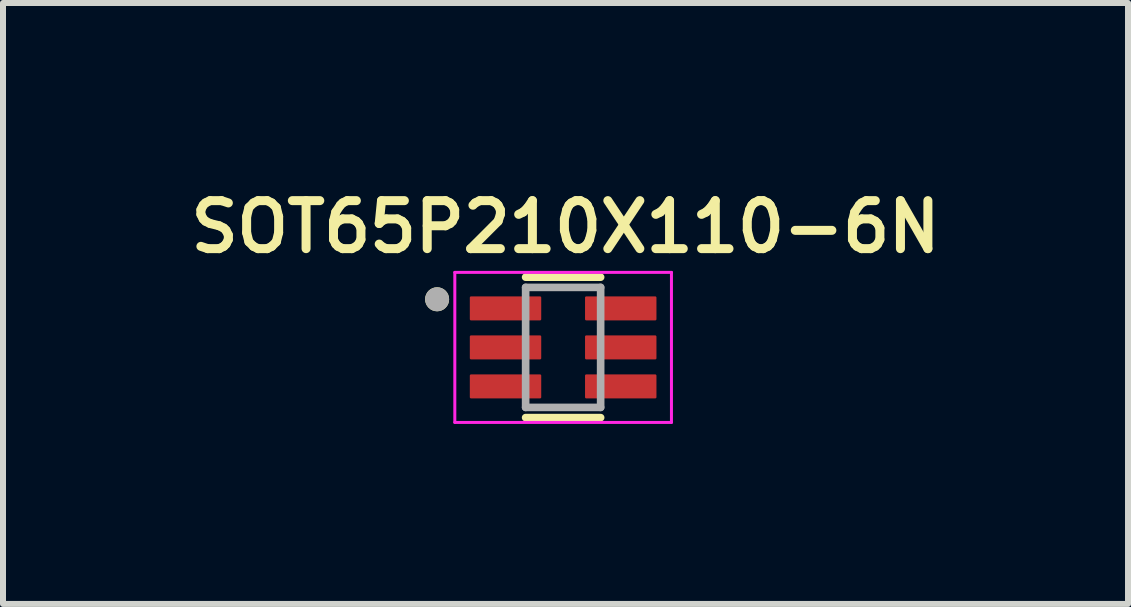
<source format=kicad_pcb>
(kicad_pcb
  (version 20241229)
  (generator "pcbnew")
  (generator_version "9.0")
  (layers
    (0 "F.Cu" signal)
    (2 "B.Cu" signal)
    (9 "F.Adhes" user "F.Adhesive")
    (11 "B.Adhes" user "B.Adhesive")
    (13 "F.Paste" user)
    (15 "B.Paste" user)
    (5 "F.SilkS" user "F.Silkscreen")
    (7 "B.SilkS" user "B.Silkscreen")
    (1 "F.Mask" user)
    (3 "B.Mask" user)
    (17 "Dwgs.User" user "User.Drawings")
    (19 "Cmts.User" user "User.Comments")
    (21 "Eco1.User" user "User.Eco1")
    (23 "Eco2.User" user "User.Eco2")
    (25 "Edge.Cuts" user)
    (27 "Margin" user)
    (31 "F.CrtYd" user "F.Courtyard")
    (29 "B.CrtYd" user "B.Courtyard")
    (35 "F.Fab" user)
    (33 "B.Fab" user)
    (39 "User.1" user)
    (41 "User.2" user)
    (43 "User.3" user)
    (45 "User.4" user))
  (footprint "SOT65P210X110-6N"
    (layer "F.Cu")
    (at 6.334 2.739)
    (property "Reference" "SOT65P210X110-6N" (at 0.04 -2.008 0) (layer "F.SilkS") (effects (font (size 0.8 0.8) (thickness 0.15))))
    (attr smd)
    (fp_line (start -0.625 -1.17) (end 0.625 -1.17) (stroke (width 0.127) (type solid)) (layer "F.SilkS"))
    (fp_line (start -0.625 1.17) (end 0.625 1.17) (stroke (width 0.127) (type solid)) (layer "F.SilkS"))
    (fp_circle (center -2.1 -0.802) (end -2 -0.802) (stroke (width 0.2) (type solid)) (fill no) (layer "F.SilkS"))
    (fp_line (start -1.805 -1.25) (end -1.805 1.25) (stroke (width 0.05) (type solid)) (layer "F.CrtYd"))
    (fp_line (start -1.805 1.25) (end 1.805 1.25) (stroke (width 0.05) (type solid)) (layer "F.CrtYd"))
    (fp_line (start 1.805 -1.25) (end -1.805 -1.25) (stroke (width 0.05) (type solid)) (layer "F.CrtYd"))
    (fp_line (start 1.805 1.25) (end 1.805 -1.25) (stroke (width 0.05) (type solid)) (layer "F.CrtYd"))
    (fp_line (start -0.625 -1) (end -0.625 1) (stroke (width 0.127) (type solid)) (layer "F.Fab"))
    (fp_line (start -0.625 1) (end 0.625 1) (stroke (width 0.127) (type solid)) (layer "F.Fab"))
    (fp_line (start 0.625 -1) (end -0.625 -1) (stroke (width 0.127) (type solid)) (layer "F.Fab"))
    (fp_line (start 0.625 1) (end 0.625 -1) (stroke (width 0.127) (type solid)) (layer "F.Fab"))
    (fp_circle (center -2.1 -0.802) (end -2 -0.802) (stroke (width 0.2) (type solid)) (fill no) (layer "F.Fab"))
    (pad "1" smd roundrect (at -0.96 -0.65) (size 1.19 0.4) (layers "F.Cu" "F.Mask" "F.Paste") (roundrect_rratio 0.05))
    (pad "2" smd roundrect (at -0.96 0) (size 1.19 0.4) (layers "F.Cu" "F.Mask" "F.Paste") (roundrect_rratio 0.05))
    (pad "3" smd roundrect (at -0.96 0.65) (size 1.19 0.4) (layers "F.Cu" "F.Mask" "F.Paste") (roundrect_rratio 0.05))
    (pad "4" smd roundrect (at 0.96 0.65) (size 1.19 0.4) (layers "F.Cu" "F.Mask" "F.Paste") (roundrect_rratio 0.05))
    (pad "5" smd roundrect (at 0.96 0) (size 1.19 0.4) (layers "F.Cu" "F.Mask" "F.Paste") (roundrect_rratio 0.05))
    (pad "6" smd roundrect (at 0.96 -0.65) (size 1.19 0.4) (layers "F.Cu" "F.Mask" "F.Paste") (roundrect_rratio 0.05)))
  (gr_rect
    (start -3 -3)
    (end 15.747 7.014)
    (stroke (width 0.1) (type default))
    (fill no)
    (layer "Edge.Cuts")))
</source>
